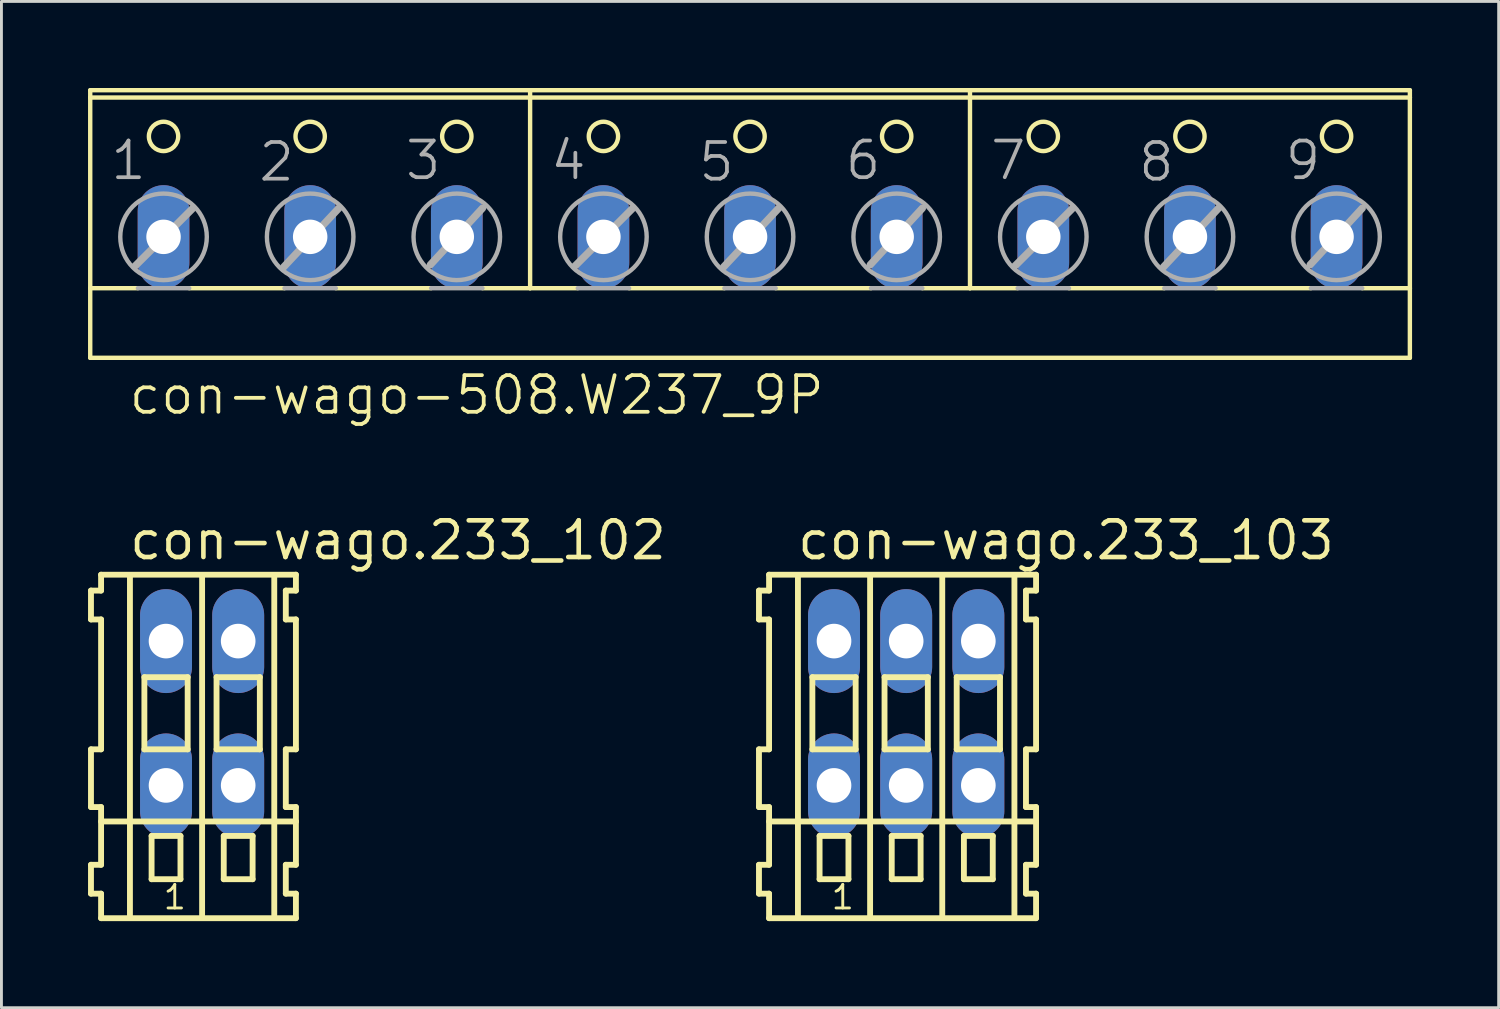
<source format=kicad_pcb>
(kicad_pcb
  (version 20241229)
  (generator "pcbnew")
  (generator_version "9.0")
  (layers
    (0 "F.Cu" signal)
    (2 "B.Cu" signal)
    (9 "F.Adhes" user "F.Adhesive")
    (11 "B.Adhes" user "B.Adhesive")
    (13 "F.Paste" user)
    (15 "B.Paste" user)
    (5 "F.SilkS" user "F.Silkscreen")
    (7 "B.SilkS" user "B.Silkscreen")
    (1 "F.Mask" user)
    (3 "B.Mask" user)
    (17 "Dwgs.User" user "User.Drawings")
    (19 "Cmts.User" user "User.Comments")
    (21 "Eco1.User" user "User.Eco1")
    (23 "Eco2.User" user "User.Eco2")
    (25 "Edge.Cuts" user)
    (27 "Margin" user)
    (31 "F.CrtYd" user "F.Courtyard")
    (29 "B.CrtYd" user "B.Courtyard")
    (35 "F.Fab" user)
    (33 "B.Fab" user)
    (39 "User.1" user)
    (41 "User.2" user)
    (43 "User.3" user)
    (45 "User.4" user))
  (footprint "con-wago-508.W237_9P"
    (layer "F.Cu")
    (at 22.936 4.521)
    (property "Reference" "con-wago-508.W237_9P" (at -21.59 6.858 0) (layer "F.SilkS") (effects (font (size 1.27 1.27) (thickness 0.13)) (justify left bottom)))
    (attr through_hole)
    (fp_line (start -22.86 -4.191) (end -22.86 -4.445) (stroke (width 0.152) (type default)) (layer "F.SilkS"))
    (fp_line (start -22.86 2.413) (end -22.86 -4.191) (stroke (width 0.152) (type default)) (layer "F.SilkS"))
    (fp_line (start -22.86 2.413) (end -21.209 2.413) (stroke (width 0.152) (type default)) (layer "F.SilkS"))
    (fp_line (start -22.86 4.826) (end -22.86 2.413) (stroke (width 0.152) (type default)) (layer "F.SilkS"))
    (fp_line (start -22.86 4.826) (end 22.86 4.826) (stroke (width 0.152) (type default)) (layer "F.SilkS"))
    (fp_line (start -19.431 2.413) (end -16.129 2.413) (stroke (width 0.152) (type default)) (layer "F.SilkS"))
    (fp_line (start -14.351 2.413) (end -11.049 2.413) (stroke (width 0.152) (type default)) (layer "F.SilkS"))
    (fp_line (start -9.271 2.413) (end -7.62 2.413) (stroke (width 0.152) (type default)) (layer "F.SilkS"))
    (fp_line (start -7.62 -4.445) (end -22.86 -4.445) (stroke (width 0.152) (type default)) (layer "F.SilkS"))
    (fp_line (start -7.62 2.413) (end -7.62 -4.445) (stroke (width 0.152) (type default)) (layer "F.SilkS"))
    (fp_line (start -7.62 2.413) (end -5.969 2.413) (stroke (width 0.152) (type default)) (layer "F.SilkS"))
    (fp_line (start -4.191 2.413) (end -0.889 2.413) (stroke (width 0.152) (type default)) (layer "F.SilkS"))
    (fp_line (start 0.889 2.413) (end 4.191 2.413) (stroke (width 0.152) (type default)) (layer "F.SilkS"))
    (fp_line (start 5.969 2.413) (end 7.62 2.413) (stroke (width 0.152) (type default)) (layer "F.SilkS"))
    (fp_line (start 7.62 -4.445) (end -7.62 -4.445) (stroke (width 0.152) (type default)) (layer "F.SilkS"))
    (fp_line (start 7.62 -4.445) (end 7.62 2.413) (stroke (width 0.152) (type default)) (layer "F.SilkS"))
    (fp_line (start 7.62 2.413) (end 9.271 2.413) (stroke (width 0.152) (type default)) (layer "F.SilkS"))
    (fp_line (start 11.049 2.413) (end 14.351 2.413) (stroke (width 0.152) (type default)) (layer "F.SilkS"))
    (fp_line (start 16.129 2.413) (end 19.431 2.413) (stroke (width 0.152) (type default)) (layer "F.SilkS"))
    (fp_line (start 21.209 2.413) (end 22.86 2.413) (stroke (width 0.152) (type default)) (layer "F.SilkS"))
    (fp_line (start 22.86 -4.445) (end 7.62 -4.445) (stroke (width 0.152) (type default)) (layer "F.SilkS"))
    (fp_line (start 22.86 -4.445) (end 22.86 -4.191) (stroke (width 0.152) (type default)) (layer "F.SilkS"))
    (fp_line (start 22.86 -4.191) (end -22.86 -4.191) (stroke (width 0.152) (type default)) (layer "F.SilkS"))
    (fp_line (start 22.86 -4.191) (end 22.86 2.413) (stroke (width 0.152) (type default)) (layer "F.SilkS"))
    (fp_line (start 22.86 2.413) (end 22.86 4.826) (stroke (width 0.152) (type default)) (layer "F.SilkS"))
    (fp_circle (center -20.32 -2.845) (end -19.812 -2.845) (stroke (width 0.152) (type default)) (fill no) (layer "F.SilkS"))
    (fp_circle (center -15.24 -2.845) (end -14.732 -2.845) (stroke (width 0.152) (type default)) (fill no) (layer "F.SilkS"))
    (fp_circle (center -10.16 -2.845) (end -9.652 -2.845) (stroke (width 0.152) (type default)) (fill no) (layer "F.SilkS"))
    (fp_circle (center -5.08 -2.845) (end -4.572 -2.845) (stroke (width 0.152) (type default)) (fill no) (layer "F.SilkS"))
    (fp_circle (center 0 -2.845) (end 0.508 -2.845) (stroke (width 0.152) (type default)) (fill no) (layer "F.SilkS"))
    (fp_circle (center 5.08 -2.845) (end 5.588 -2.845) (stroke (width 0.152) (type default)) (fill no) (layer "F.SilkS"))
    (fp_circle (center 10.16 -2.845) (end 10.668 -2.845) (stroke (width 0.152) (type default)) (fill no) (layer "F.SilkS"))
    (fp_circle (center 15.24 -2.845) (end 15.748 -2.845) (stroke (width 0.152) (type default)) (fill no) (layer "F.SilkS"))
    (fp_circle (center 20.32 -2.845) (end 20.828 -2.845) (stroke (width 0.152) (type default)) (fill no) (layer "F.SilkS"))
    (fp_line (start -21.311 1.651) (end -19.304 -0.356) (stroke (width 0.254) (type default)) (layer "F.Fab"))
    (fp_line (start -21.209 2.413) (end -19.431 2.413) (stroke (width 0.152) (type default)) (layer "F.Fab"))
    (fp_line (start -16.154 1.676) (end -14.249 -0.356) (stroke (width 0.254) (type default)) (layer "F.Fab"))
    (fp_line (start -16.129 2.413) (end -14.351 2.413) (stroke (width 0.152) (type default)) (layer "F.Fab"))
    (fp_line (start -11.074 1.6) (end -9.271 -0.356) (stroke (width 0.254) (type default)) (layer "F.Fab"))
    (fp_line (start -11.049 2.413) (end -9.271 2.413) (stroke (width 0.152) (type default)) (layer "F.Fab"))
    (fp_line (start -6.071 1.651) (end -4.064 -0.356) (stroke (width 0.254) (type default)) (layer "F.Fab"))
    (fp_line (start -5.969 2.413) (end -4.191 2.413) (stroke (width 0.152) (type default)) (layer "F.Fab"))
    (fp_line (start -0.914 1.676) (end 0.991 -0.356) (stroke (width 0.254) (type default)) (layer "F.Fab"))
    (fp_line (start -0.889 2.413) (end 0.889 2.413) (stroke (width 0.152) (type default)) (layer "F.Fab"))
    (fp_line (start 4.166 1.6) (end 5.969 -0.356) (stroke (width 0.254) (type default)) (layer "F.Fab"))
    (fp_line (start 4.191 2.413) (end 5.969 2.413) (stroke (width 0.152) (type default)) (layer "F.Fab"))
    (fp_line (start 9.169 1.651) (end 11.176 -0.356) (stroke (width 0.254) (type default)) (layer "F.Fab"))
    (fp_line (start 9.271 2.413) (end 11.049 2.413) (stroke (width 0.152) (type default)) (layer "F.Fab"))
    (fp_line (start 14.326 1.676) (end 16.231 -0.356) (stroke (width 0.254) (type default)) (layer "F.Fab"))
    (fp_line (start 14.351 2.413) (end 16.129 2.413) (stroke (width 0.152) (type default)) (layer "F.Fab"))
    (fp_line (start 19.406 1.6) (end 21.209 -0.356) (stroke (width 0.254) (type default)) (layer "F.Fab"))
    (fp_line (start 19.431 2.413) (end 21.209 2.413) (stroke (width 0.152) (type default)) (layer "F.Fab"))
    (fp_circle (center -20.32 0.635) (end -18.821 0.635) (stroke (width 0.152) (type default)) (fill no) (layer "F.Fab"))
    (fp_circle (center -15.24 0.635) (end -13.741 0.635) (stroke (width 0.152) (type default)) (fill no) (layer "F.Fab"))
    (fp_circle (center -10.16 0.635) (end -8.661 0.635) (stroke (width 0.152) (type default)) (fill no) (layer "F.Fab"))
    (fp_circle (center -5.08 0.635) (end -3.581 0.635) (stroke (width 0.152) (type default)) (fill no) (layer "F.Fab"))
    (fp_circle (center 0 0.635) (end 1.499 0.635) (stroke (width 0.152) (type default)) (fill no) (layer "F.Fab"))
    (fp_circle (center 5.08 0.635) (end 6.579 0.635) (stroke (width 0.152) (type default)) (fill no) (layer "F.Fab"))
    (fp_circle (center 10.16 0.635) (end 11.659 0.635) (stroke (width 0.152) (type default)) (fill no) (layer "F.Fab"))
    (fp_circle (center 15.24 0.635) (end 16.739 0.635) (stroke (width 0.152) (type default)) (fill no) (layer "F.Fab"))
    (fp_circle (center 20.32 0.635) (end 21.819 0.635) (stroke (width 0.152) (type default)) (fill no) (layer "F.Fab"))
    (fp_text user "4" (at -6.985 -1.27 0) (layer "F.Fab") (effects (font (size 1.27 1.27) (thickness 0.13)) (justify left bottom)))
    (fp_text user "5" (at -1.854 -1.219 0) (layer "F.Fab") (effects (font (size 1.27 1.27) (thickness 0.13)) (justify left bottom)))
    (fp_text user "7" (at 8.255 -1.27 0) (layer "F.Fab") (effects (font (size 1.27 1.27) (thickness 0.13)) (justify left bottom)))
    (fp_text user "6" (at 3.226 -1.27 0) (layer "F.Fab") (effects (font (size 1.27 1.27) (thickness 0.13)) (justify left bottom)))
    (fp_text user "1" (at -22.225 -1.27 0) (layer "F.Fab") (effects (font (size 1.27 1.27) (thickness 0.13)) (justify left bottom)))
    (fp_text user "2" (at -17.094 -1.219 0) (layer "F.Fab") (effects (font (size 1.27 1.27) (thickness 0.13)) (justify left bottom)))
    (fp_text user "8" (at 13.386 -1.219 0) (layer "F.Fab") (effects (font (size 1.27 1.27) (thickness 0.13)) (justify left bottom)))
    (fp_text user "3" (at -12.014 -1.27 0) (layer "F.Fab") (effects (font (size 1.27 1.27) (thickness 0.13)) (justify left bottom)))
    (fp_text user "9" (at 18.466 -1.27 0) (layer "F.Fab") (effects (font (size 1.27 1.27) (thickness 0.13)) (justify left bottom)))
    (pad "1" thru_hole oval (at -20.32 0.635 90) (size 3.581 1.791) (drill 1.194) (layers "*.Cu" "*.Mask"))
    (pad "2" thru_hole oval (at -15.24 0.635 90) (size 3.581 1.791) (drill 1.194) (layers "*.Cu" "*.Mask"))
    (pad "3" thru_hole oval (at -10.16 0.635 90) (size 3.581 1.791) (drill 1.194) (layers "*.Cu" "*.Mask"))
    (pad "4" thru_hole oval (at -5.08 0.635 90) (size 3.581 1.791) (drill 1.194) (layers "*.Cu" "*.Mask"))
    (pad "5" thru_hole oval (at 0 0.635 90) (size 3.581 1.791) (drill 1.194) (layers "*.Cu" "*.Mask"))
    (pad "6" thru_hole oval (at 5.08 0.635 90) (size 3.581 1.791) (drill 1.194) (layers "*.Cu" "*.Mask"))
    (pad "7" thru_hole oval (at 10.16 0.635 90) (size 3.581 1.791) (drill 1.194) (layers "*.Cu" "*.Mask"))
    (pad "8" thru_hole oval (at 15.24 0.635 90) (size 3.581 1.791) (drill 1.194) (layers "*.Cu" "*.Mask"))
    (pad "9" thru_hole oval (at 20.32 0.635 90) (size 3.581 1.791) (drill 1.194) (layers "*.Cu" "*.Mask")))
  (footprint "con-wago.233_102"
    (layer "F.Cu")
    (at 3.952 21.661)
    (property "Reference" "con-wago.233_102" (at -2.6 -5.25 0) (layer "F.SilkS") (effects (font (size 1.27 1.27) (thickness 0.16)) (justify left bottom)))
    (attr through_hole)
    (fp_line (start -3.85 -4.25) (end -3.85 -3.25) (stroke (width 0.203) (type default)) (layer "F.SilkS"))
    (fp_line (start -3.85 -3.25) (end -3.5 -3.25) (stroke (width 0.203) (type default)) (layer "F.SilkS"))
    (fp_line (start -3.85 1.25) (end -3.85 3.25) (stroke (width 0.203) (type default)) (layer "F.SilkS"))
    (fp_line (start -3.85 3.25) (end -3.5 3.25) (stroke (width 0.203) (type default)) (layer "F.SilkS"))
    (fp_line (start -3.85 5.25) (end -3.85 6.25) (stroke (width 0.203) (type default)) (layer "F.SilkS"))
    (fp_line (start -3.85 6.25) (end -3.5 6.25) (stroke (width 0.203) (type default)) (layer "F.SilkS"))
    (fp_line (start -3.5 -4.8) (end -3.5 -4.25) (stroke (width 0.203) (type default)) (layer "F.SilkS"))
    (fp_line (start -3.5 -4.25) (end -3.85 -4.25) (stroke (width 0.203) (type default)) (layer "F.SilkS"))
    (fp_line (start -3.5 -3.25) (end -3.5 1.25) (stroke (width 0.203) (type default)) (layer "F.SilkS"))
    (fp_line (start -3.5 1.25) (end -3.85 1.25) (stroke (width 0.203) (type default)) (layer "F.SilkS"))
    (fp_line (start -3.5 3.25) (end -3.5 5.25) (stroke (width 0.203) (type default)) (layer "F.SilkS"))
    (fp_line (start -3.5 3.75) (end 3.25 3.75) (stroke (width 0.203) (type default)) (layer "F.SilkS"))
    (fp_line (start -3.5 5.25) (end -3.85 5.25) (stroke (width 0.203) (type default)) (layer "F.SilkS"))
    (fp_line (start -3.5 6.25) (end -3.5 7.1) (stroke (width 0.203) (type default)) (layer "F.SilkS"))
    (fp_line (start -3.5 7.1) (end 3.25 7.1) (stroke (width 0.203) (type default)) (layer "F.SilkS"))
    (fp_line (start -2.5 -4.75) (end -2.5 7) (stroke (width 0.203) (type default)) (layer "F.SilkS"))
    (fp_line (start -2 -1.25) (end -2 1.25) (stroke (width 0.203) (type default)) (layer "F.SilkS"))
    (fp_line (start -2 1.25) (end -0.5 1.25) (stroke (width 0.203) (type default)) (layer "F.SilkS"))
    (fp_line (start -1.75 4.25) (end -1.75 5.75) (stroke (width 0.203) (type default)) (layer "F.SilkS"))
    (fp_line (start -1.75 5.75) (end -0.75 5.75) (stroke (width 0.203) (type default)) (layer "F.SilkS"))
    (fp_line (start -0.75 4.25) (end -1.75 4.25) (stroke (width 0.203) (type default)) (layer "F.SilkS"))
    (fp_line (start -0.75 5.75) (end -0.75 4.25) (stroke (width 0.203) (type default)) (layer "F.SilkS"))
    (fp_line (start -0.5 -1.25) (end -2 -1.25) (stroke (width 0.203) (type default)) (layer "F.SilkS"))
    (fp_line (start -0.5 1.25) (end -0.5 -1.25) (stroke (width 0.203) (type default)) (layer "F.SilkS"))
    (fp_line (start 0 -4.75) (end 0 7) (stroke (width 0.203) (type default)) (layer "F.SilkS"))
    (fp_line (start 0.5 -1.25) (end 0.5 1.25) (stroke (width 0.203) (type default)) (layer "F.SilkS"))
    (fp_line (start 0.5 1.25) (end 2 1.25) (stroke (width 0.203) (type default)) (layer "F.SilkS"))
    (fp_line (start 0.75 4.25) (end 0.75 5.75) (stroke (width 0.203) (type default)) (layer "F.SilkS"))
    (fp_line (start 0.75 5.75) (end 1.75 5.75) (stroke (width 0.203) (type default)) (layer "F.SilkS"))
    (fp_line (start 1.75 4.25) (end 0.75 4.25) (stroke (width 0.203) (type default)) (layer "F.SilkS"))
    (fp_line (start 1.75 5.75) (end 1.75 4.25) (stroke (width 0.203) (type default)) (layer "F.SilkS"))
    (fp_line (start 2 -1.25) (end 0.5 -1.25) (stroke (width 0.203) (type default)) (layer "F.SilkS"))
    (fp_line (start 2 1.25) (end 2 -1.25) (stroke (width 0.203) (type default)) (layer "F.SilkS"))
    (fp_line (start 2.5 -4.75) (end 2.5 7) (stroke (width 0.203) (type default)) (layer "F.SilkS"))
    (fp_line (start 2.9 -4.25) (end 2.9 -3.25) (stroke (width 0.203) (type default)) (layer "F.SilkS"))
    (fp_line (start 2.9 -3.25) (end 3.25 -3.25) (stroke (width 0.203) (type default)) (layer "F.SilkS"))
    (fp_line (start 2.9 1.25) (end 2.9 3.25) (stroke (width 0.203) (type default)) (layer "F.SilkS"))
    (fp_line (start 2.9 3.25) (end 3.25 3.25) (stroke (width 0.203) (type default)) (layer "F.SilkS"))
    (fp_line (start 2.9 5.25) (end 2.9 6.25) (stroke (width 0.203) (type default)) (layer "F.SilkS"))
    (fp_line (start 2.9 6.25) (end 3.25 6.25) (stroke (width 0.203) (type default)) (layer "F.SilkS"))
    (fp_line (start 3.25 -4.8) (end -3.5 -4.8) (stroke (width 0.203) (type default)) (layer "F.SilkS"))
    (fp_line (start 3.25 -4.25) (end 2.9 -4.25) (stroke (width 0.203) (type default)) (layer "F.SilkS"))
    (fp_line (start 3.25 -4.25) (end 3.25 -4.8) (stroke (width 0.203) (type default)) (layer "F.SilkS"))
    (fp_line (start 3.25 1.25) (end 2.9 1.25) (stroke (width 0.203) (type default)) (layer "F.SilkS"))
    (fp_line (start 3.25 1.25) (end 3.25 -3.25) (stroke (width 0.203) (type default)) (layer "F.SilkS"))
    (fp_line (start 3.25 3.75) (end 3.25 3.25) (stroke (width 0.203) (type default)) (layer "F.SilkS"))
    (fp_line (start 3.25 5.25) (end 2.9 5.25) (stroke (width 0.203) (type default)) (layer "F.SilkS"))
    (fp_line (start 3.25 5.25) (end 3.25 3.75) (stroke (width 0.203) (type default)) (layer "F.SilkS"))
    (fp_line (start 3.25 7.1) (end 3.25 6.25) (stroke (width 0.203) (type default)) (layer "F.SilkS"))
    (fp_text user "1" (at -1.4 6.85 0) (layer "F.SilkS") (effects (font (size 0.813 0.813) (thickness 0.1)) (justify left bottom)))
    (pad "A1" thru_hole oval (at -1.25 -2.5 90) (size 3.6 1.8) (drill 1.2) (layers "*.Cu" "*.Mask"))
    (pad "A2" thru_hole oval (at 1.25 -2.5 90) (size 3.6 1.8) (drill 1.2) (layers "*.Cu" "*.Mask"))
    (pad "B1" thru_hole oval (at -1.25 2.5 90) (size 3.6 1.8) (drill 1.2) (layers "*.Cu" "*.Mask"))
    (pad "B2" thru_hole oval (at 1.25 2.5 90) (size 3.6 1.8) (drill 1.2) (layers "*.Cu" "*.Mask")))
  (footprint "con-wago.233_103"
    (layer "F.Cu")
    (at 28.345 21.661)
    (property "Reference" "con-wago.233_103" (at -3.85 -5.25 0) (layer "F.SilkS") (effects (font (size 1.27 1.27) (thickness 0.16)) (justify left bottom)))
    (attr through_hole)
    (fp_line (start -5.1 -4.25) (end -5.1 -3.25) (stroke (width 0.203) (type default)) (layer "F.SilkS"))
    (fp_line (start -5.1 -3.25) (end -4.75 -3.25) (stroke (width 0.203) (type default)) (layer "F.SilkS"))
    (fp_line (start -5.1 1.25) (end -5.1 3.25) (stroke (width 0.203) (type default)) (layer "F.SilkS"))
    (fp_line (start -5.1 3.25) (end -4.75 3.25) (stroke (width 0.203) (type default)) (layer "F.SilkS"))
    (fp_line (start -5.1 5.25) (end -5.1 6.25) (stroke (width 0.203) (type default)) (layer "F.SilkS"))
    (fp_line (start -5.1 6.25) (end -4.75 6.25) (stroke (width 0.203) (type default)) (layer "F.SilkS"))
    (fp_line (start -4.75 -4.8) (end -4.75 -4.25) (stroke (width 0.203) (type default)) (layer "F.SilkS"))
    (fp_line (start -4.75 -4.25) (end -5.1 -4.25) (stroke (width 0.203) (type default)) (layer "F.SilkS"))
    (fp_line (start -4.75 -3.25) (end -4.75 1.25) (stroke (width 0.203) (type default)) (layer "F.SilkS"))
    (fp_line (start -4.75 1.25) (end -5.1 1.25) (stroke (width 0.203) (type default)) (layer "F.SilkS"))
    (fp_line (start -4.75 3.25) (end -4.75 5.25) (stroke (width 0.203) (type default)) (layer "F.SilkS"))
    (fp_line (start -4.75 3.75) (end 4.5 3.75) (stroke (width 0.203) (type default)) (layer "F.SilkS"))
    (fp_line (start -4.75 5.25) (end -5.1 5.25) (stroke (width 0.203) (type default)) (layer "F.SilkS"))
    (fp_line (start -4.75 6.25) (end -4.75 7.1) (stroke (width 0.203) (type default)) (layer "F.SilkS"))
    (fp_line (start -4.75 7.1) (end 4.5 7.1) (stroke (width 0.203) (type default)) (layer "F.SilkS"))
    (fp_line (start -3.75 -4.75) (end -3.75 7) (stroke (width 0.203) (type default)) (layer "F.SilkS"))
    (fp_line (start -3.25 -1.25) (end -3.25 1.25) (stroke (width 0.203) (type default)) (layer "F.SilkS"))
    (fp_line (start -3.25 1.25) (end -1.75 1.25) (stroke (width 0.203) (type default)) (layer "F.SilkS"))
    (fp_line (start -3 4.25) (end -3 5.75) (stroke (width 0.203) (type default)) (layer "F.SilkS"))
    (fp_line (start -3 5.75) (end -2 5.75) (stroke (width 0.203) (type default)) (layer "F.SilkS"))
    (fp_line (start -2 4.25) (end -3 4.25) (stroke (width 0.203) (type default)) (layer "F.SilkS"))
    (fp_line (start -2 5.75) (end -2 4.25) (stroke (width 0.203) (type default)) (layer "F.SilkS"))
    (fp_line (start -1.75 -1.25) (end -3.25 -1.25) (stroke (width 0.203) (type default)) (layer "F.SilkS"))
    (fp_line (start -1.75 1.25) (end -1.75 -1.25) (stroke (width 0.203) (type default)) (layer "F.SilkS"))
    (fp_line (start -1.25 -4.75) (end -1.25 7) (stroke (width 0.203) (type default)) (layer "F.SilkS"))
    (fp_line (start -0.75 -1.25) (end -0.75 1.25) (stroke (width 0.203) (type default)) (layer "F.SilkS"))
    (fp_line (start -0.75 1.25) (end 0.75 1.25) (stroke (width 0.203) (type default)) (layer "F.SilkS"))
    (fp_line (start -0.5 4.25) (end -0.5 5.75) (stroke (width 0.203) (type default)) (layer "F.SilkS"))
    (fp_line (start -0.5 5.75) (end 0.5 5.75) (stroke (width 0.203) (type default)) (layer "F.SilkS"))
    (fp_line (start 0.5 4.25) (end -0.5 4.25) (stroke (width 0.203) (type default)) (layer "F.SilkS"))
    (fp_line (start 0.5 5.75) (end 0.5 4.25) (stroke (width 0.203) (type default)) (layer "F.SilkS"))
    (fp_line (start 0.75 -1.25) (end -0.75 -1.25) (stroke (width 0.203) (type default)) (layer "F.SilkS"))
    (fp_line (start 0.75 1.25) (end 0.75 -1.25) (stroke (width 0.203) (type default)) (layer "F.SilkS"))
    (fp_line (start 1.25 -4.75) (end 1.25 7) (stroke (width 0.203) (type default)) (layer "F.SilkS"))
    (fp_line (start 1.75 -1.25) (end 1.75 1.25) (stroke (width 0.203) (type default)) (layer "F.SilkS"))
    (fp_line (start 1.75 1.25) (end 3.25 1.25) (stroke (width 0.203) (type default)) (layer "F.SilkS"))
    (fp_line (start 2 4.25) (end 2 5.75) (stroke (width 0.203) (type default)) (layer "F.SilkS"))
    (fp_line (start 2 5.75) (end 3 5.75) (stroke (width 0.203) (type default)) (layer "F.SilkS"))
    (fp_line (start 3 4.25) (end 2 4.25) (stroke (width 0.203) (type default)) (layer "F.SilkS"))
    (fp_line (start 3 5.75) (end 3 4.25) (stroke (width 0.203) (type default)) (layer "F.SilkS"))
    (fp_line (start 3.25 -1.25) (end 1.75 -1.25) (stroke (width 0.203) (type default)) (layer "F.SilkS"))
    (fp_line (start 3.25 1.25) (end 3.25 -1.25) (stroke (width 0.203) (type default)) (layer "F.SilkS"))
    (fp_line (start 3.75 -4.75) (end 3.75 7) (stroke (width 0.203) (type default)) (layer "F.SilkS"))
    (fp_line (start 4.15 -4.25) (end 4.15 -3.25) (stroke (width 0.203) (type default)) (layer "F.SilkS"))
    (fp_line (start 4.15 -3.25) (end 4.5 -3.25) (stroke (width 0.203) (type default)) (layer "F.SilkS"))
    (fp_line (start 4.15 1.25) (end 4.15 3.25) (stroke (width 0.203) (type default)) (layer "F.SilkS"))
    (fp_line (start 4.15 3.25) (end 4.5 3.25) (stroke (width 0.203) (type default)) (layer "F.SilkS"))
    (fp_line (start 4.15 5.25) (end 4.15 6.25) (stroke (width 0.203) (type default)) (layer "F.SilkS"))
    (fp_line (start 4.15 6.25) (end 4.5 6.25) (stroke (width 0.203) (type default)) (layer "F.SilkS"))
    (fp_line (start 4.5 -4.8) (end -4.75 -4.8) (stroke (width 0.203) (type default)) (layer "F.SilkS"))
    (fp_line (start 4.5 -4.25) (end 4.15 -4.25) (stroke (width 0.203) (type default)) (layer "F.SilkS"))
    (fp_line (start 4.5 -4.25) (end 4.5 -4.8) (stroke (width 0.203) (type default)) (layer "F.SilkS"))
    (fp_line (start 4.5 1.25) (end 4.15 1.25) (stroke (width 0.203) (type default)) (layer "F.SilkS"))
    (fp_line (start 4.5 1.25) (end 4.5 -3.25) (stroke (width 0.203) (type default)) (layer "F.SilkS"))
    (fp_line (start 4.5 3.75) (end 4.5 3.25) (stroke (width 0.203) (type default)) (layer "F.SilkS"))
    (fp_line (start 4.5 5.25) (end 4.15 5.25) (stroke (width 0.203) (type default)) (layer "F.SilkS"))
    (fp_line (start 4.5 5.25) (end 4.5 3.75) (stroke (width 0.203) (type default)) (layer "F.SilkS"))
    (fp_line (start 4.5 7.1) (end 4.5 6.25) (stroke (width 0.203) (type default)) (layer "F.SilkS"))
    (fp_text user "1" (at -2.65 6.85 0) (layer "F.SilkS") (effects (font (size 0.813 0.813) (thickness 0.1)) (justify left bottom)))
    (pad "A1" thru_hole oval (at -2.5 -2.5 90) (size 3.6 1.8) (drill 1.2) (layers "*.Cu" "*.Mask"))
    (pad "A2" thru_hole oval (at 0 -2.5 90) (size 3.6 1.8) (drill 1.2) (layers "*.Cu" "*.Mask"))
    (pad "A3" thru_hole oval (at 2.5 -2.5 90) (size 3.6 1.8) (drill 1.2) (layers "*.Cu" "*.Mask"))
    (pad "B1" thru_hole oval (at -2.5 2.5 90) (size 3.6 1.8) (drill 1.2) (layers "*.Cu" "*.Mask"))
    (pad "B2" thru_hole oval (at 0 2.5 90) (size 3.6 1.8) (drill 1.2) (layers "*.Cu" "*.Mask"))
    (pad "B3" thru_hole oval (at 2.5 2.5 90) (size 3.6 1.8) (drill 1.2) (layers "*.Cu" "*.Mask")))
  (gr_rect
    (start -3 -3)
    (end 48.872 31.863)
    (stroke (width 0.1) (type default))
    (fill no)
    (layer "Edge.Cuts")))
</source>
